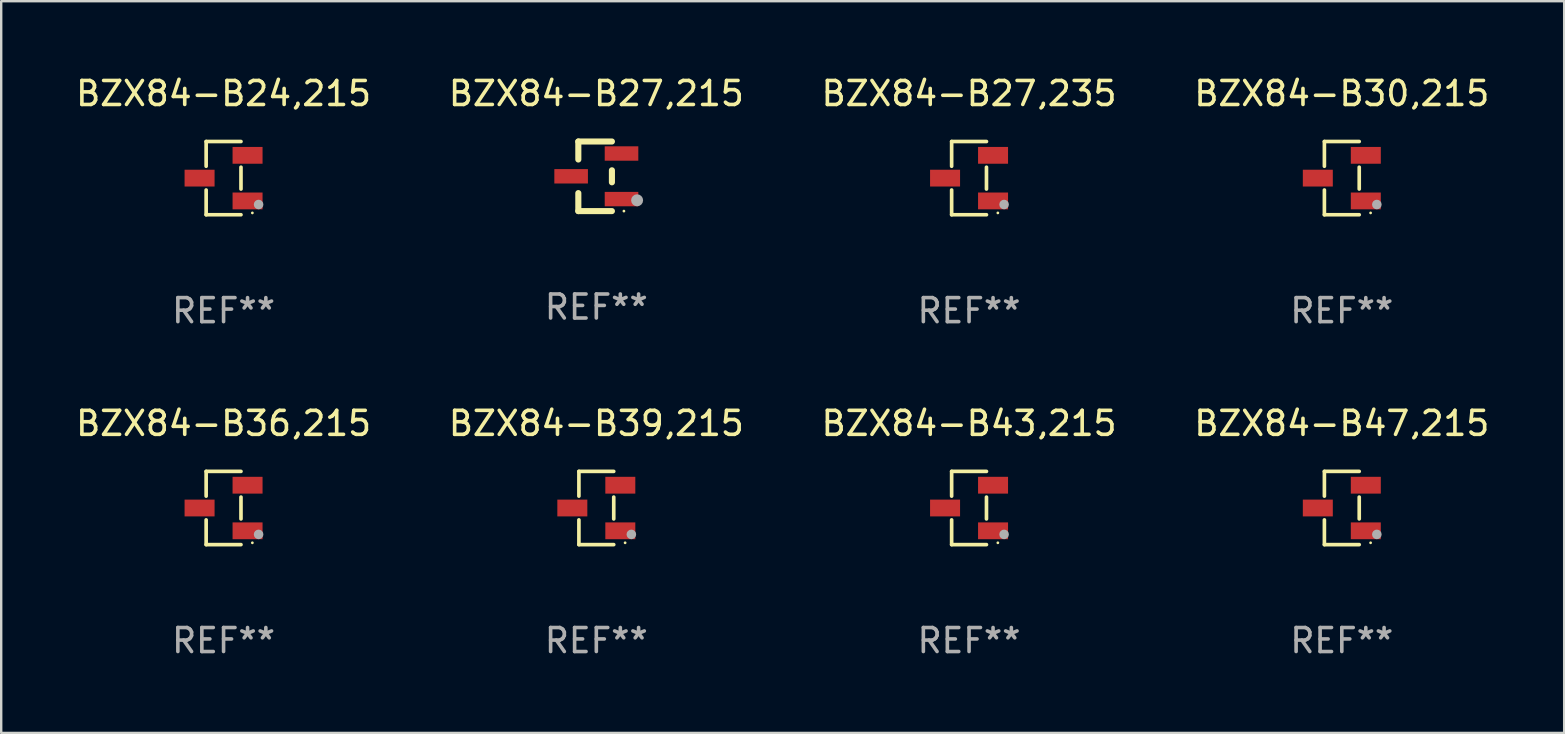
<source format=kicad_pcb>
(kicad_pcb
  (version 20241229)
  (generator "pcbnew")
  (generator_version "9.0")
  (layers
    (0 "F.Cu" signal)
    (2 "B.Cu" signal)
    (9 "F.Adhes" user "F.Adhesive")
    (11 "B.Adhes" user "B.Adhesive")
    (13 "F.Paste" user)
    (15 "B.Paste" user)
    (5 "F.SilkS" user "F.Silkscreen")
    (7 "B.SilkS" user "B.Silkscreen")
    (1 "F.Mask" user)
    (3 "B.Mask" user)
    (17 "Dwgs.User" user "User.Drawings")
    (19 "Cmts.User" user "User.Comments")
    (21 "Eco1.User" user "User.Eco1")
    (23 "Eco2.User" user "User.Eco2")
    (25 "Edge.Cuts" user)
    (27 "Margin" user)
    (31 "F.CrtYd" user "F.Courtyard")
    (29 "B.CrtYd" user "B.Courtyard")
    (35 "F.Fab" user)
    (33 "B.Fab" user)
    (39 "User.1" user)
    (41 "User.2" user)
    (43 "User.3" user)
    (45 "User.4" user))
  (footprint "BZX84-B47,215"
    (layer "F.Cu")
    (at 52.875 18.123)
    (property "Reference" "BZX84-B47,215" (at 0 -3.526 0) (layer "F.SilkS") (effects (font (size 1 1) (thickness 0.15))))
    (attr through_hole)
    (fp_line (start -0.726 -1.526) (end -0.726 -0.495) (stroke (width 0.152) (type solid)) (layer "F.SilkS"))
    (fp_line (start -0.726 1.526) (end -0.726 0.495) (stroke (width 0.152) (type solid)) (layer "F.SilkS"))
    (fp_line (start 0.726 -1.526) (end -0.726 -1.526) (stroke (width 0.152) (type solid)) (layer "F.SilkS"))
    (fp_line (start 0.726 -0.455) (end 0.726 0.455) (stroke (width 0.152) (type solid)) (layer "F.SilkS"))
    (fp_line (start 0.726 1.526) (end -0.726 1.526) (stroke (width 0.152) (type solid)) (layer "F.SilkS"))
    (fp_circle (center 1.2 1.45) (end 1.23 1.45) (stroke (width 0.06) (type solid)) (fill no) (layer "F.SilkS"))
    (fp_circle (center 1.46 1.1) (end 1.56 1.1) (stroke (width 0.2) (type solid)) (fill no) (layer "F.Fab"))
    (fp_text user "REF**" (at 0 5.526 0) (layer "F.Fab") (effects (font (size 1 1) (thickness 0.15))))
    (pad "1" smd rect (at 1 0.95) (size 1.25 0.7) (layers "F.Cu" "F.Mask" "F.Paste"))
    (pad "2" smd rect (at 1 -0.95) (size 1.25 0.7) (layers "F.Cu" "F.Mask" "F.Paste"))
    (pad "3" smd rect (at -1 0) (size 1.25 0.7) (layers "F.Cu" "F.Mask" "F.Paste")))
  (footprint "BZX84-B36,215"
    (layer "F.Cu")
    (at 6.268 18.123)
    (property "Reference" "BZX84-B36,215" (at 0 -3.526 0) (layer "F.SilkS") (effects (font (size 1 1) (thickness 0.15))))
    (attr through_hole)
    (fp_line (start -0.726 -1.526) (end -0.726 -0.495) (stroke (width 0.152) (type solid)) (layer "F.SilkS"))
    (fp_line (start -0.726 1.526) (end -0.726 0.495) (stroke (width 0.152) (type solid)) (layer "F.SilkS"))
    (fp_line (start 0.726 -1.526) (end -0.726 -1.526) (stroke (width 0.152) (type solid)) (layer "F.SilkS"))
    (fp_line (start 0.726 -0.455) (end 0.726 0.455) (stroke (width 0.152) (type solid)) (layer "F.SilkS"))
    (fp_line (start 0.726 1.526) (end -0.726 1.526) (stroke (width 0.152) (type solid)) (layer "F.SilkS"))
    (fp_circle (center 1.2 1.45) (end 1.23 1.45) (stroke (width 0.06) (type solid)) (fill no) (layer "F.SilkS"))
    (fp_circle (center 1.46 1.1) (end 1.56 1.1) (stroke (width 0.2) (type solid)) (fill no) (layer "F.Fab"))
    (fp_text user "REF**" (at 0 5.526 0) (layer "F.Fab") (effects (font (size 1 1) (thickness 0.15))))
    (pad "1" smd rect (at 1 0.95) (size 1.25 0.7) (layers "F.Cu" "F.Mask" "F.Paste"))
    (pad "2" smd rect (at 1 -0.95) (size 1.25 0.7) (layers "F.Cu" "F.Mask" "F.Paste"))
    (pad "3" smd rect (at -1 0) (size 1.25 0.7) (layers "F.Cu" "F.Mask" "F.Paste")))
  (footprint "BZX84-B43,215"
    (layer "F.Cu")
    (at 37.339 18.123)
    (property "Reference" "BZX84-B43,215" (at 0 -3.526 0) (layer "F.SilkS") (effects (font (size 1 1) (thickness 0.15))))
    (attr through_hole)
    (fp_line (start -0.726 -1.526) (end -0.726 -0.495) (stroke (width 0.152) (type solid)) (layer "F.SilkS"))
    (fp_line (start -0.726 1.526) (end -0.726 0.495) (stroke (width 0.152) (type solid)) (layer "F.SilkS"))
    (fp_line (start 0.726 -1.526) (end -0.726 -1.526) (stroke (width 0.152) (type solid)) (layer "F.SilkS"))
    (fp_line (start 0.726 -0.455) (end 0.726 0.455) (stroke (width 0.152) (type solid)) (layer "F.SilkS"))
    (fp_line (start 0.726 1.526) (end -0.726 1.526) (stroke (width 0.152) (type solid)) (layer "F.SilkS"))
    (fp_circle (center 1.2 1.45) (end 1.23 1.45) (stroke (width 0.06) (type solid)) (fill no) (layer "F.SilkS"))
    (fp_circle (center 1.46 1.1) (end 1.56 1.1) (stroke (width 0.2) (type solid)) (fill no) (layer "F.Fab"))
    (fp_text user "REF**" (at 0 5.526 0) (layer "F.Fab") (effects (font (size 1 1) (thickness 0.15))))
    (pad "1" smd rect (at 1 0.95) (size 1.25 0.7) (layers "F.Cu" "F.Mask" "F.Paste"))
    (pad "2" smd rect (at 1 -0.95) (size 1.25 0.7) (layers "F.Cu" "F.Mask" "F.Paste"))
    (pad "3" smd rect (at -1 0) (size 1.25 0.7) (layers "F.Cu" "F.Mask" "F.Paste")))
  (footprint "BZX84-B24,215"
    (layer "F.Cu")
    (at 6.268 4.374)
    (property "Reference" "BZX84-B24,215" (at 0 -3.526 0) (layer "F.SilkS") (effects (font (size 1 1) (thickness 0.15))))
    (attr through_hole)
    (fp_line (start -0.726 -1.526) (end -0.726 -0.495) (stroke (width 0.152) (type solid)) (layer "F.SilkS"))
    (fp_line (start -0.726 1.526) (end -0.726 0.495) (stroke (width 0.152) (type solid)) (layer "F.SilkS"))
    (fp_line (start 0.726 -1.526) (end -0.726 -1.526) (stroke (width 0.152) (type solid)) (layer "F.SilkS"))
    (fp_line (start 0.726 -0.455) (end 0.726 0.455) (stroke (width 0.152) (type solid)) (layer "F.SilkS"))
    (fp_line (start 0.726 1.526) (end -0.726 1.526) (stroke (width 0.152) (type solid)) (layer "F.SilkS"))
    (fp_circle (center 1.2 1.45) (end 1.23 1.45) (stroke (width 0.06) (type solid)) (fill no) (layer "F.SilkS"))
    (fp_circle (center 1.46 1.1) (end 1.56 1.1) (stroke (width 0.2) (type solid)) (fill no) (layer "F.Fab"))
    (fp_text user "REF**" (at 0 5.526 0) (layer "F.Fab") (effects (font (size 1 1) (thickness 0.15))))
    (pad "1" smd rect (at 1 0.95) (size 1.25 0.7) (layers "F.Cu" "F.Mask" "F.Paste"))
    (pad "2" smd rect (at 1 -0.95) (size 1.25 0.7) (layers "F.Cu" "F.Mask" "F.Paste"))
    (pad "3" smd rect (at -1 0) (size 1.25 0.7) (layers "F.Cu" "F.Mask" "F.Paste")))
  (footprint "BZX84-B27,215"
    (layer "F.Cu")
    (at 21.804 4.298)
    (property "Reference" "BZX84-B27,215" (at 0 -3.45 0) (layer "F.SilkS") (effects (font (size 1 1) (thickness 0.15))))
    (attr through_hole)
    (fp_line (start -0.75 -1.45) (end 0.65 -1.45) (stroke (width 0.254) (type solid)) (layer "F.SilkS"))
    (fp_line (start -0.75 -0.7) (end -0.75 -1.45) (stroke (width 0.254) (type solid)) (layer "F.SilkS"))
    (fp_line (start -0.75 1.45) (end -0.75 0.7) (stroke (width 0.254) (type solid)) (layer "F.SilkS"))
    (fp_line (start -0.75 1.45) (end 0.65 1.45) (stroke (width 0.254) (type solid)) (layer "F.SilkS"))
    (fp_line (start 0.65 0.25) (end 0.65 -0.25) (stroke (width 0.254) (type solid)) (layer "F.SilkS"))
    (fp_circle (center 1.15 1.45) (end 1.18 1.45) (stroke (width 0.06) (type solid)) (fill no) (layer "F.SilkS"))
    (fp_circle (center 1.7 1) (end 1.825 1) (stroke (width 0.25) (type solid)) (fill no) (layer "F.Fab"))
    (fp_text user "REF**" (at 0 5.45 0) (layer "F.Fab") (effects (font (size 1 1) (thickness 0.15))))
    (pad "1" smd rect (at 1.05 0.95) (size 1.4 0.6) (layers "F.Cu" "F.Mask" "F.Paste"))
    (pad "2" smd rect (at 1.05 -0.95) (size 1.4 0.6) (layers "F.Cu" "F.Mask" "F.Paste"))
    (pad "3" smd rect (at -1.05 0) (size 1.4 0.6) (layers "F.Cu" "F.Mask" "F.Paste")))
  (footprint "BZX84-B39,215"
    (layer "F.Cu")
    (at 21.804 18.123)
    (property "Reference" "BZX84-B39,215" (at 0 -3.526 0) (layer "F.SilkS") (effects (font (size 1 1) (thickness 0.15))))
    (attr through_hole)
    (fp_line (start -0.726 -1.526) (end -0.726 -0.495) (stroke (width 0.152) (type solid)) (layer "F.SilkS"))
    (fp_line (start -0.726 1.526) (end -0.726 0.495) (stroke (width 0.152) (type solid)) (layer "F.SilkS"))
    (fp_line (start 0.726 -1.526) (end -0.726 -1.526) (stroke (width 0.152) (type solid)) (layer "F.SilkS"))
    (fp_line (start 0.726 -0.455) (end 0.726 0.455) (stroke (width 0.152) (type solid)) (layer "F.SilkS"))
    (fp_line (start 0.726 1.526) (end -0.726 1.526) (stroke (width 0.152) (type solid)) (layer "F.SilkS"))
    (fp_circle (center 1.2 1.45) (end 1.23 1.45) (stroke (width 0.06) (type solid)) (fill no) (layer "F.SilkS"))
    (fp_circle (center 1.46 1.1) (end 1.56 1.1) (stroke (width 0.2) (type solid)) (fill no) (layer "F.Fab"))
    (fp_text user "REF**" (at 0 5.526 0) (layer "F.Fab") (effects (font (size 1 1) (thickness 0.15))))
    (pad "1" smd rect (at 1 0.95) (size 1.25 0.7) (layers "F.Cu" "F.Mask" "F.Paste"))
    (pad "2" smd rect (at 1 -0.95) (size 1.25 0.7) (layers "F.Cu" "F.Mask" "F.Paste"))
    (pad "3" smd rect (at -1 0) (size 1.25 0.7) (layers "F.Cu" "F.Mask" "F.Paste")))
  (footprint "BZX84-B30,215"
    (layer "F.Cu")
    (at 52.875 4.374)
    (property "Reference" "BZX84-B30,215" (at 0 -3.526 0) (layer "F.SilkS") (effects (font (size 1 1) (thickness 0.15))))
    (attr through_hole)
    (fp_line (start -0.726 -1.526) (end -0.726 -0.495) (stroke (width 0.152) (type solid)) (layer "F.SilkS"))
    (fp_line (start -0.726 1.526) (end -0.726 0.495) (stroke (width 0.152) (type solid)) (layer "F.SilkS"))
    (fp_line (start 0.726 -1.526) (end -0.726 -1.526) (stroke (width 0.152) (type solid)) (layer "F.SilkS"))
    (fp_line (start 0.726 -0.455) (end 0.726 0.455) (stroke (width 0.152) (type solid)) (layer "F.SilkS"))
    (fp_line (start 0.726 1.526) (end -0.726 1.526) (stroke (width 0.152) (type solid)) (layer "F.SilkS"))
    (fp_circle (center 1.2 1.45) (end 1.23 1.45) (stroke (width 0.06) (type solid)) (fill no) (layer "F.SilkS"))
    (fp_circle (center 1.46 1.1) (end 1.56 1.1) (stroke (width 0.2) (type solid)) (fill no) (layer "F.Fab"))
    (fp_text user "REF**" (at 0 5.526 0) (layer "F.Fab") (effects (font (size 1 1) (thickness 0.15))))
    (pad "1" smd rect (at 1 0.95) (size 1.25 0.7) (layers "F.Cu" "F.Mask" "F.Paste"))
    (pad "2" smd rect (at 1 -0.95) (size 1.25 0.7) (layers "F.Cu" "F.Mask" "F.Paste"))
    (pad "3" smd rect (at -1 0) (size 1.25 0.7) (layers "F.Cu" "F.Mask" "F.Paste")))
  (footprint "BZX84-B27,235"
    (layer "F.Cu")
    (at 37.339 4.374)
    (property "Reference" "BZX84-B27,235" (at 0 -3.526 0) (layer "F.SilkS") (effects (font (size 1 1) (thickness 0.15))))
    (attr through_hole)
    (fp_line (start -0.726 -1.526) (end -0.726 -0.495) (stroke (width 0.152) (type solid)) (layer "F.SilkS"))
    (fp_line (start -0.726 1.526) (end -0.726 0.495) (stroke (width 0.152) (type solid)) (layer "F.SilkS"))
    (fp_line (start 0.726 -1.526) (end -0.726 -1.526) (stroke (width 0.152) (type solid)) (layer "F.SilkS"))
    (fp_line (start 0.726 -0.455) (end 0.726 0.455) (stroke (width 0.152) (type solid)) (layer "F.SilkS"))
    (fp_line (start 0.726 1.526) (end -0.726 1.526) (stroke (width 0.152) (type solid)) (layer "F.SilkS"))
    (fp_circle (center 1.2 1.45) (end 1.23 1.45) (stroke (width 0.06) (type solid)) (fill no) (layer "F.SilkS"))
    (fp_circle (center 1.46 1.1) (end 1.56 1.1) (stroke (width 0.2) (type solid)) (fill no) (layer "F.Fab"))
    (fp_text user "REF**" (at 0 5.526 0) (layer "F.Fab") (effects (font (size 1 1) (thickness 0.15))))
    (pad "1" smd rect (at 1 0.95) (size 1.25 0.7) (layers "F.Cu" "F.Mask" "F.Paste"))
    (pad "2" smd rect (at 1 -0.95) (size 1.25 0.7) (layers "F.Cu" "F.Mask" "F.Paste"))
    (pad "3" smd rect (at -1 0) (size 1.25 0.7) (layers "F.Cu" "F.Mask" "F.Paste")))
  (gr_rect
    (start -3 -3)
    (end 62.143 27.498)
    (stroke (width 0.1) (type default))
    (fill no)
    (layer "Edge.Cuts")))
</source>
